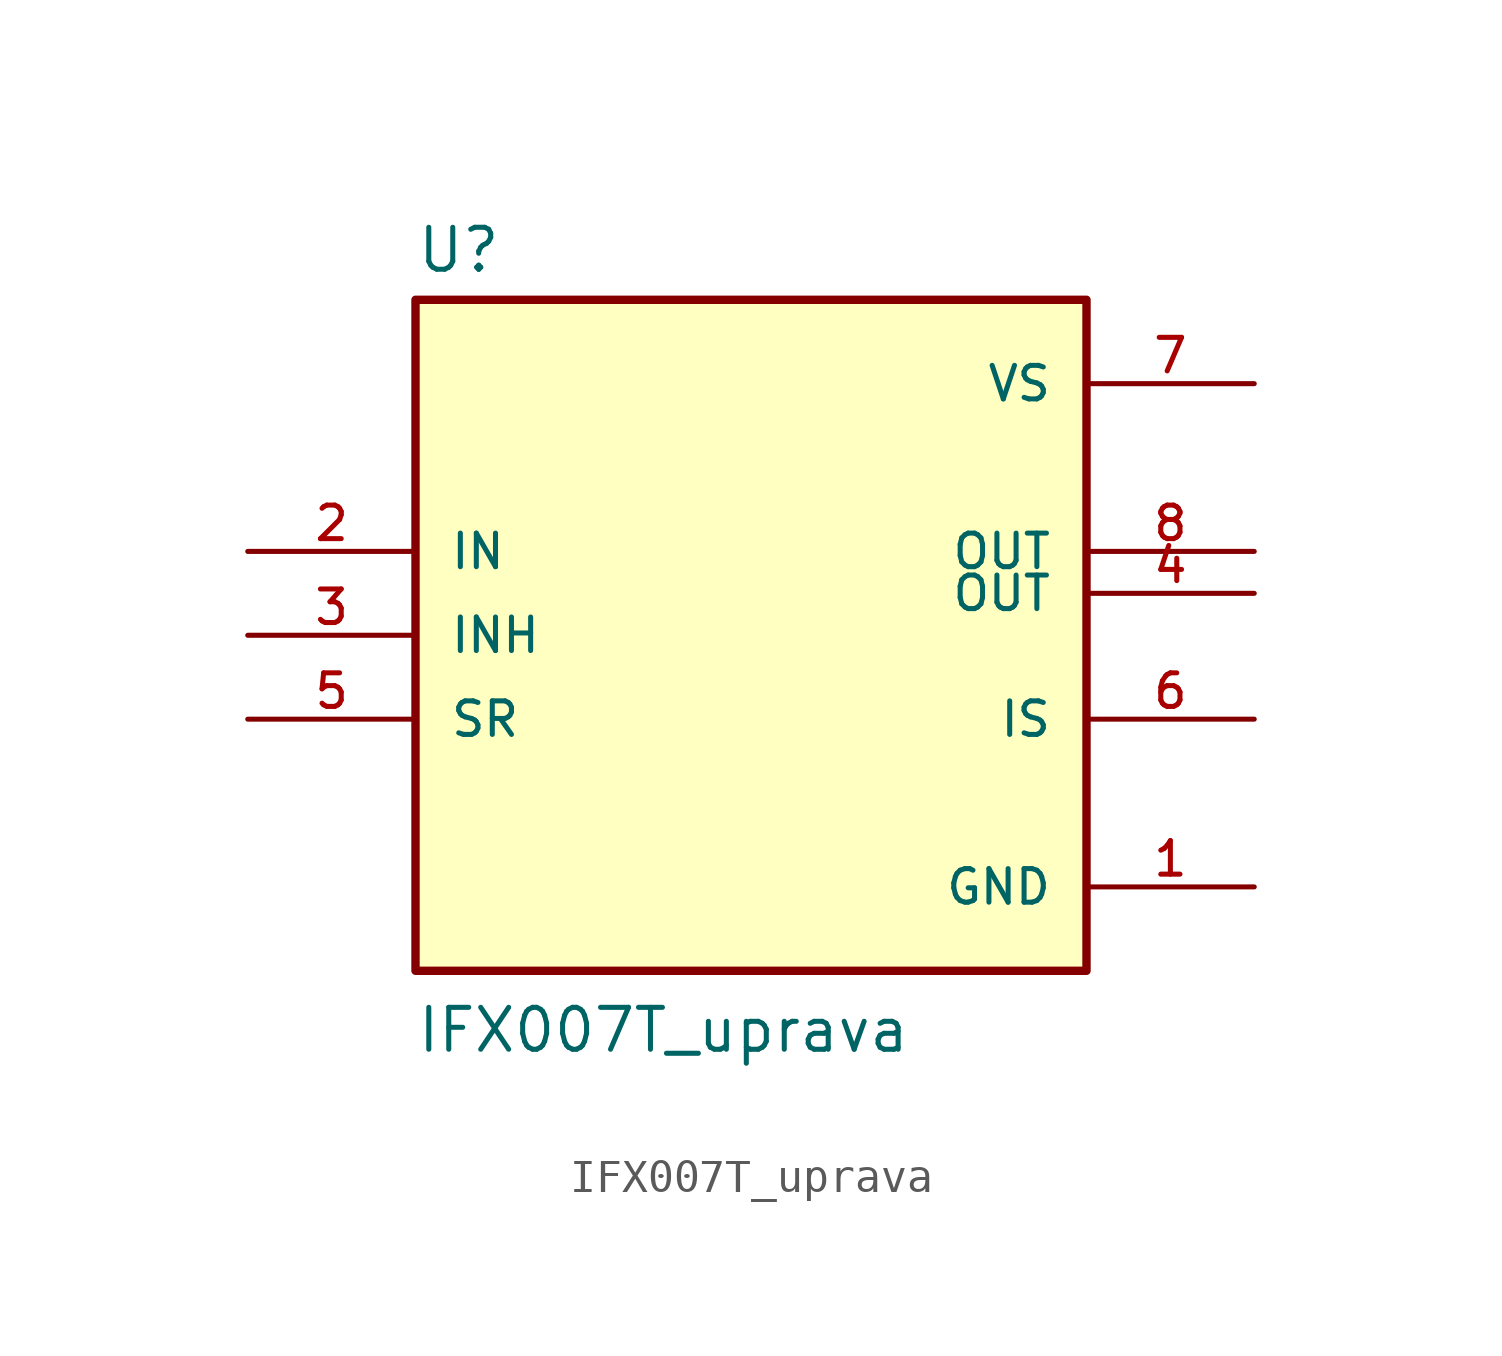
<source format=kicad_sym>
(kicad_symbol_lib
  (version 20231120)
  (generator "kicad_symbol_editor")
  (generator_version "8.0")
  (symbol "IFX007T_uprava"
    (pin_names
      (offset 1.016))
    (property "Reference" "U"
      (at -10.16 10.922 0)
      (effects (font (size 1.27 1.27)) (justify left bottom)))
    (property "Value" "IFX007T_uprava"
      (at -10.16 -12.7 0)
      (effects (font (size 1.27 1.27)) (justify left bottom)))
    (symbol "IFX007T_uprava_0_0"
      (rectangle (start -10.16 -10.16) (end 10.16 10.16) (stroke (width 0.254) (type default)) (fill (type background)))
      (pin power_in line (at 15.24 -7.62 180) (length 5.08) (name "GND" (effects (font (size 1.016 1.016)))) (number "1" (effects (font (size 1.016 1.016)))))
      (pin input line (at -15.24 2.54 0) (length 5.08) (name "IN" (effects (font (size 1.016 1.016)))) (number "2" (effects (font (size 1.016 1.016)))))
      (pin input line (at -15.24 0 0) (length 5.08) (name "INH" (effects (font (size 1.016 1.016)))) (number "3" (effects (font (size 1.016 1.016)))))
      (pin output line (at 15.24 1.27 180) (length 5.08) (name "OUT" (effects (font (size 1.016 1.016)))) (number "4" (effects (font (size 1.016 1.016)))))
      (pin input line (at -15.24 -2.54 0) (length 5.08) (name "SR" (effects (font (size 1.016 1.016)))) (number "5" (effects (font (size 1.016 1.016)))))
      (pin output line (at 15.24 -2.54 180) (length 5.08) (name "IS" (effects (font (size 1.016 1.016)))) (number "6" (effects (font (size 1.016 1.016)))))
      (pin power_in line (at 15.24 7.62 180) (length 5.08) (name "VS" (effects (font (size 1.016 1.016)))) (number "7" (effects (font (size 1.016 1.016)))))
      (pin output line (at 15.24 2.54 180) (length 5.08) (name "OUT" (effects (font (size 1.016 1.016)))) (number "8" (effects (font (size 1.016 1.016))))))))
</source>
